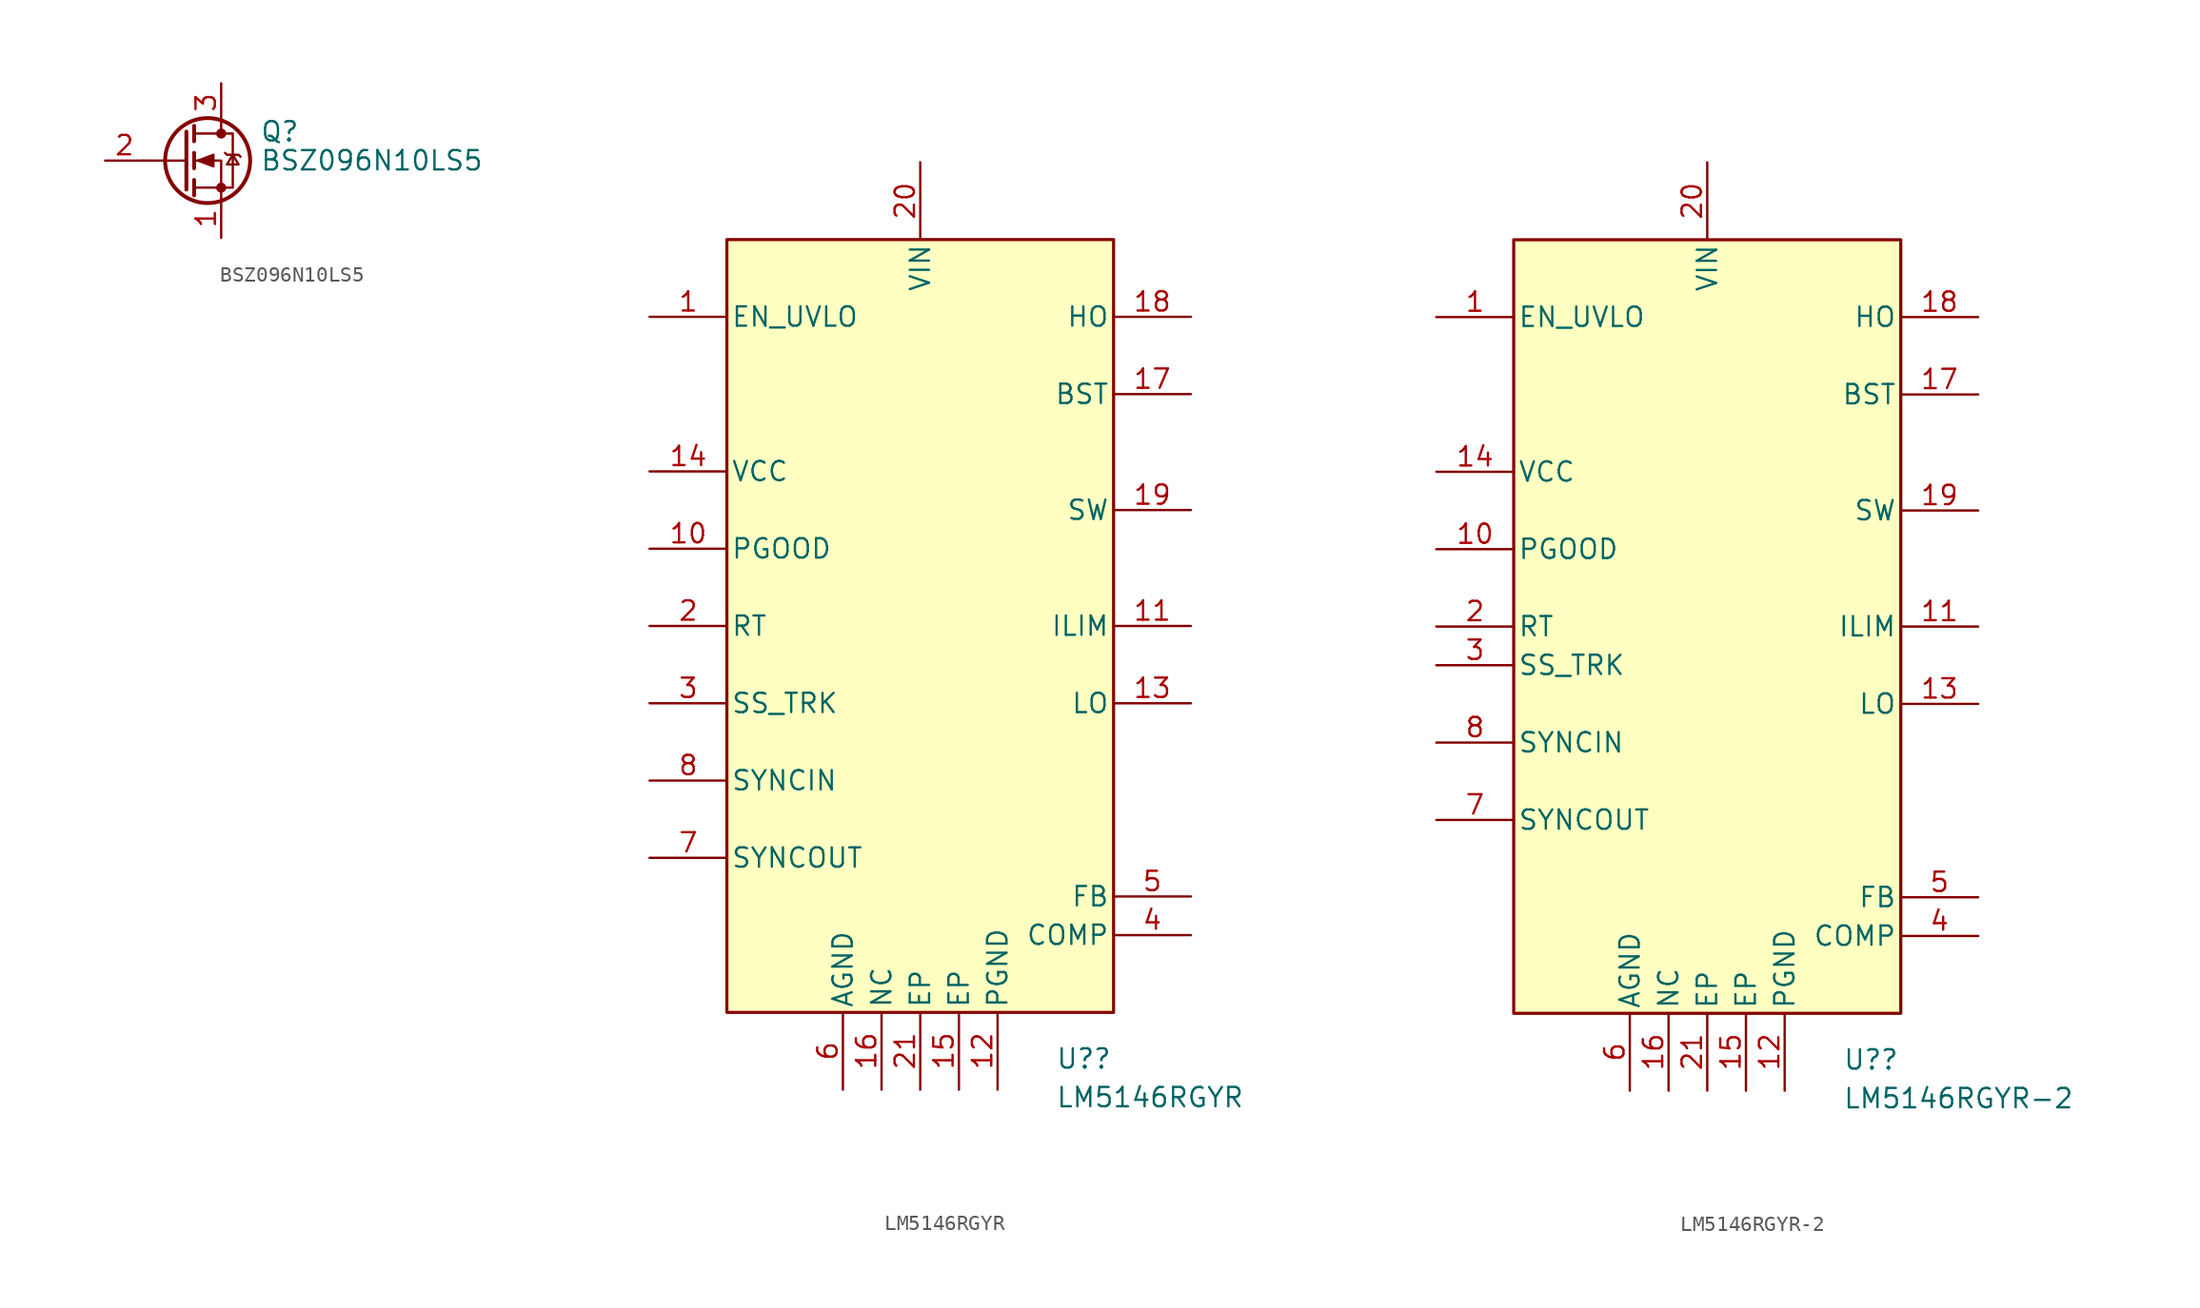
<source format=kicad_sym>
(kicad_symbol_lib
  (version 20241209)
  (generator "kicad_symbol_editor")
  (generator_version "9.0")
  (symbol "BSZ096N10LS5"
    (pin_names
      (hide yes))
    (property "Reference" "Q"
      (at 5.08 1.905 0)
      (effects (font (size 1.27 1.27)) (justify left)))
    (property "Value" "BSZ096N10LS5"
      (at 5.08 0 0)
      (effects (font (size 1.27 1.27)) (justify left)))
    (symbol "BSZ096N10LS5_0_1"
      (polyline (pts (xy 0.254 1.905) (xy 0.254 -1.905)) (stroke (width 0.254) (type default)) (fill (type none)))
      (polyline (pts (xy 0.254 0) (xy -2.54 0)) (stroke (width 0) (type default)) (fill (type none)))
      (polyline (pts (xy 0.762 2.286) (xy 0.762 1.27)) (stroke (width 0.254) (type default)) (fill (type none)))
      (polyline (pts (xy 0.762 0.508) (xy 0.762 -0.508)) (stroke (width 0.254) (type default)) (fill (type none)))
      (polyline (pts (xy 0.762 -1.27) (xy 0.762 -2.286)) (stroke (width 0.254) (type default)) (fill (type none)))
      (polyline (pts (xy 0.762 -1.778) (xy 3.302 -1.778) (xy 3.302 1.778) (xy 0.762 1.778)) (stroke (width 0) (type default)) (fill (type none)))
      (polyline (pts (xy 1.016 0) (xy 2.032 0.381) (xy 2.032 -0.381) (xy 1.016 0)) (stroke (width 0) (type default)) (fill (type outline)))
      (circle (center 1.651 0) (radius 2.794) (stroke (width 0.254) (type default)) (fill (type none)))
      (polyline (pts (xy 2.54 2.54) (xy 2.54 1.778)) (stroke (width 0) (type default)) (fill (type none)))
      (circle (center 2.54 1.778) (radius 0.254) (stroke (width 0) (type default)) (fill (type outline)))
      (circle (center 2.54 -1.778) (radius 0.254) (stroke (width 0) (type default)) (fill (type outline)))
      (polyline (pts (xy 2.54 -2.54) (xy 2.54 0) (xy 0.762 0)) (stroke (width 0) (type default)) (fill (type none)))
      (polyline (pts (xy 2.794 0.508) (xy 2.921 0.381) (xy 3.683 0.381) (xy 3.81 0.254)) (stroke (width 0) (type default)) (fill (type none)))
      (polyline (pts (xy 3.302 0.381) (xy 2.921 -0.254) (xy 3.683 -0.254) (xy 3.302 0.381)) (stroke (width 0) (type default)) (fill (type none))))
    (symbol "BSZ096N10LS5_1_1"
      (pin passive line (at -5.08 0 0) (length 2.54) (name "G" (effects (font (size 1.27 1.27)))) (number "2" (effects (font (size 1.27 1.27)))))
      (pin passive line (at 2.54 5.08 270) (length 2.54) (name "D" (effects (font (size 1.27 1.27)))) (number "3" (effects (font (size 1.27 1.27)))))
      (pin passive line (at 2.54 -5.08 90) (length 2.54) (name "S" (effects (font (size 1.27 1.27)))) (number "1" (effects (font (size 1.27 1.27)))))))
  (symbol "LM5146RGYR"
    (pin_names
      (offset 0.254))
    (property "Reference" "U?"
      (at 8.89 -28.448 0)
      (effects (font (size 1.27 1.27)) (justify left)))
    (property "Value" "LM5146RGYR"
      (at 8.89 -30.988 0)
      (effects (font (size 1.27 1.27)) (justify left)))
    (property "ki_locked" ""
      (at 0 0 0)
      (effects (font (size 1.27 1.27))))
    (symbol "LM5146RGYR_0_1"
      (pin input line (at -17.78 20.32 0) (length 5.08) (name "EN_UVLO" (effects (font (size 1.27 1.27)))) (number "1" (effects (font (size 1.27 1.27)))))
      (pin unspecified line (at -17.78 10.16 0) (length 5.08) (name "VCC" (effects (font (size 1.27 1.27)))) (number "14" (effects (font (size 1.27 1.27)))))
      (pin open_collector line (at -17.78 5.08 0) (length 5.08) (name "PGOOD" (effects (font (size 1.27 1.27)))) (number "10" (effects (font (size 1.27 1.27)))))
      (pin unspecified line (at -17.78 0 0) (length 5.08) (name "RT" (effects (font (size 1.27 1.27)))) (number "2" (effects (font (size 1.27 1.27)))))
      (pin unspecified line (at -17.78 -5.08 0) (length 5.08) (name "SS_TRK" (effects (font (size 1.27 1.27)))) (number "3" (effects (font (size 1.27 1.27)))))
      (pin input line (at -17.78 -10.16 0) (length 5.08) (name "SYNCIN" (effects (font (size 1.27 1.27)))) (number "8" (effects (font (size 1.27 1.27)))))
      (pin output line (at -17.78 -15.24 0) (length 5.08) (name "SYNCOUT" (effects (font (size 1.27 1.27)))) (number "7" (effects (font (size 1.27 1.27)))))
      (pin power_in line (at -5.08 -30.48 90) (length 5.08) (name "AGND" (effects (font (size 1.27 1.27)))) (number "6" (effects (font (size 1.27 1.27)))))
      (pin unspecified line (at -2.54 -30.48 90) (length 5.08) (name "NC" (effects (font (size 1.27 1.27)))) (number "16" (effects (font (size 1.27 1.27)))))
      (pin power_in line (at 0 30.48 270) (length 5.08) (name "VIN" (effects (font (size 1.27 1.27)))) (number "20" (effects (font (size 1.27 1.27)))))
      (pin power_in line (at 0 -30.48 90) (length 5.08) (name "EP" (effects (font (size 1.27 1.27)))) (number "21" (effects (font (size 1.27 1.27)))))
      (pin power_in line (at 2.54 -30.48 90) (length 5.08) (name "EP" (effects (font (size 1.27 1.27)))) (number "15" (effects (font (size 1.27 1.27)))))
      (pin power_in line (at 5.08 -30.48 90) (length 5.08) (name "PGND" (effects (font (size 1.27 1.27)))) (number "12" (effects (font (size 1.27 1.27)))))
      (pin unspecified line (at 17.78 20.32 180) (length 5.08) (name "HO" (effects (font (size 1.27 1.27)))) (number "18" (effects (font (size 1.27 1.27)))))
      (pin unspecified line (at 17.78 15.24 180) (length 5.08) (name "BST" (effects (font (size 1.27 1.27)))) (number "17" (effects (font (size 1.27 1.27)))))
      (pin unspecified line (at 17.78 7.62 180) (length 5.08) (name "SW" (effects (font (size 1.27 1.27)))) (number "19" (effects (font (size 1.27 1.27)))))
      (pin unspecified line (at 17.78 0 180) (length 5.08) (name "ILIM" (effects (font (size 1.27 1.27)))) (number "11" (effects (font (size 1.27 1.27)))))
      (pin unspecified line (at 17.78 -5.08 180) (length 5.08) (name "LO" (effects (font (size 1.27 1.27)))) (number "13" (effects (font (size 1.27 1.27)))))
      (pin unspecified line (at 17.78 -17.78 180) (length 5.08) (name "FB" (effects (font (size 1.27 1.27)))) (number "5" (effects (font (size 1.27 1.27)))))
      (pin unspecified line (at 17.78 -20.32 180) (length 5.08) (name "COMP" (effects (font (size 1.27 1.27)))) (number "4" (effects (font (size 1.27 1.27))))))
    (symbol "LM5146RGYR_1_1"
      (rectangle (start -12.7 25.4) (end 12.7 -25.4) (stroke (width 0.203) (type solid)) (fill (type color) (color 255 255 194 1)))
      (pin no_connect line (at -17.78 -20.32 0) (length 5.08) (hide yes) (name "NC" (effects (font (size 1.27 1.27)))) (number "9" (effects (font (size 1.27 1.27)))))))
  (symbol "LM5146RGYR-2"
    (pin_names
      (offset 0.254))
    (property "Reference" "U?"
      (at 8.89 -28.448 0)
      (effects (font (size 1.27 1.27)) (justify left)))
    (property "Value" "LM5146RGYR-2"
      (at 8.89 -30.988 0)
      (effects (font (size 1.27 1.27)) (justify left)))
    (property "ki_locked" ""
      (at 0 0 0)
      (effects (font (size 1.27 1.27))))
    (symbol "LM5146RGYR-2_0_1"
      (pin input line (at -17.78 20.32 0) (length 5.08) (name "EN_UVLO" (effects (font (size 1.27 1.27)))) (number "1" (effects (font (size 1.27 1.27)))))
      (pin unspecified line (at -17.78 10.16 0) (length 5.08) (name "VCC" (effects (font (size 1.27 1.27)))) (number "14" (effects (font (size 1.27 1.27)))))
      (pin open_collector line (at -17.78 5.08 0) (length 5.08) (name "PGOOD" (effects (font (size 1.27 1.27)))) (number "10" (effects (font (size 1.27 1.27)))))
      (pin unspecified line (at -17.78 0 0) (length 5.08) (name "RT" (effects (font (size 1.27 1.27)))) (number "2" (effects (font (size 1.27 1.27)))))
      (pin unspecified line (at -17.78 -2.54 0) (length 5.08) (name "SS_TRK" (effects (font (size 1.27 1.27)))) (number "3" (effects (font (size 1.27 1.27)))))
      (pin input line (at -17.78 -7.62 0) (length 5.08) (name "SYNCIN" (effects (font (size 1.27 1.27)))) (number "8" (effects (font (size 1.27 1.27)))))
      (pin output line (at -17.78 -12.7 0) (length 5.08) (name "SYNCOUT" (effects (font (size 1.27 1.27)))) (number "7" (effects (font (size 1.27 1.27)))))
      (pin power_in line (at -5.08 -30.48 90) (length 5.08) (name "AGND" (effects (font (size 1.27 1.27)))) (number "6" (effects (font (size 1.27 1.27)))))
      (pin unspecified line (at -2.54 -30.48 90) (length 5.08) (name "NC" (effects (font (size 1.27 1.27)))) (number "16" (effects (font (size 1.27 1.27)))))
      (pin power_in line (at 0 30.48 270) (length 5.08) (name "VIN" (effects (font (size 1.27 1.27)))) (number "20" (effects (font (size 1.27 1.27)))))
      (pin power_in line (at 0 -30.48 90) (length 5.08) (name "EP" (effects (font (size 1.27 1.27)))) (number "21" (effects (font (size 1.27 1.27)))))
      (pin power_in line (at 2.54 -30.48 90) (length 5.08) (name "EP" (effects (font (size 1.27 1.27)))) (number "15" (effects (font (size 1.27 1.27)))))
      (pin power_in line (at 5.08 -30.48 90) (length 5.08) (name "PGND" (effects (font (size 1.27 1.27)))) (number "12" (effects (font (size 1.27 1.27)))))
      (pin unspecified line (at 17.78 20.32 180) (length 5.08) (name "HO" (effects (font (size 1.27 1.27)))) (number "18" (effects (font (size 1.27 1.27)))))
      (pin unspecified line (at 17.78 15.24 180) (length 5.08) (name "BST" (effects (font (size 1.27 1.27)))) (number "17" (effects (font (size 1.27 1.27)))))
      (pin unspecified line (at 17.78 7.62 180) (length 5.08) (name "SW" (effects (font (size 1.27 1.27)))) (number "19" (effects (font (size 1.27 1.27)))))
      (pin unspecified line (at 17.78 0 180) (length 5.08) (name "ILIM" (effects (font (size 1.27 1.27)))) (number "11" (effects (font (size 1.27 1.27)))))
      (pin unspecified line (at 17.78 -5.08 180) (length 5.08) (name "LO" (effects (font (size 1.27 1.27)))) (number "13" (effects (font (size 1.27 1.27)))))
      (pin unspecified line (at 17.78 -17.78 180) (length 5.08) (name "FB" (effects (font (size 1.27 1.27)))) (number "5" (effects (font (size 1.27 1.27)))))
      (pin unspecified line (at 17.78 -20.32 180) (length 5.08) (name "COMP" (effects (font (size 1.27 1.27)))) (number "4" (effects (font (size 1.27 1.27))))))
    (symbol "LM5146RGYR-2_1_1"
      (rectangle (start -12.7 25.4) (end 12.7 -25.4) (stroke (width 0.203) (type solid)) (fill (type color) (color 255 255 194 1)))
      (pin no_connect line (at -17.78 -20.32 0) (length 5.08) (hide yes) (name "NC" (effects (font (size 1.27 1.27)))) (number "9" (effects (font (size 1.27 1.27))))))))
</source>
